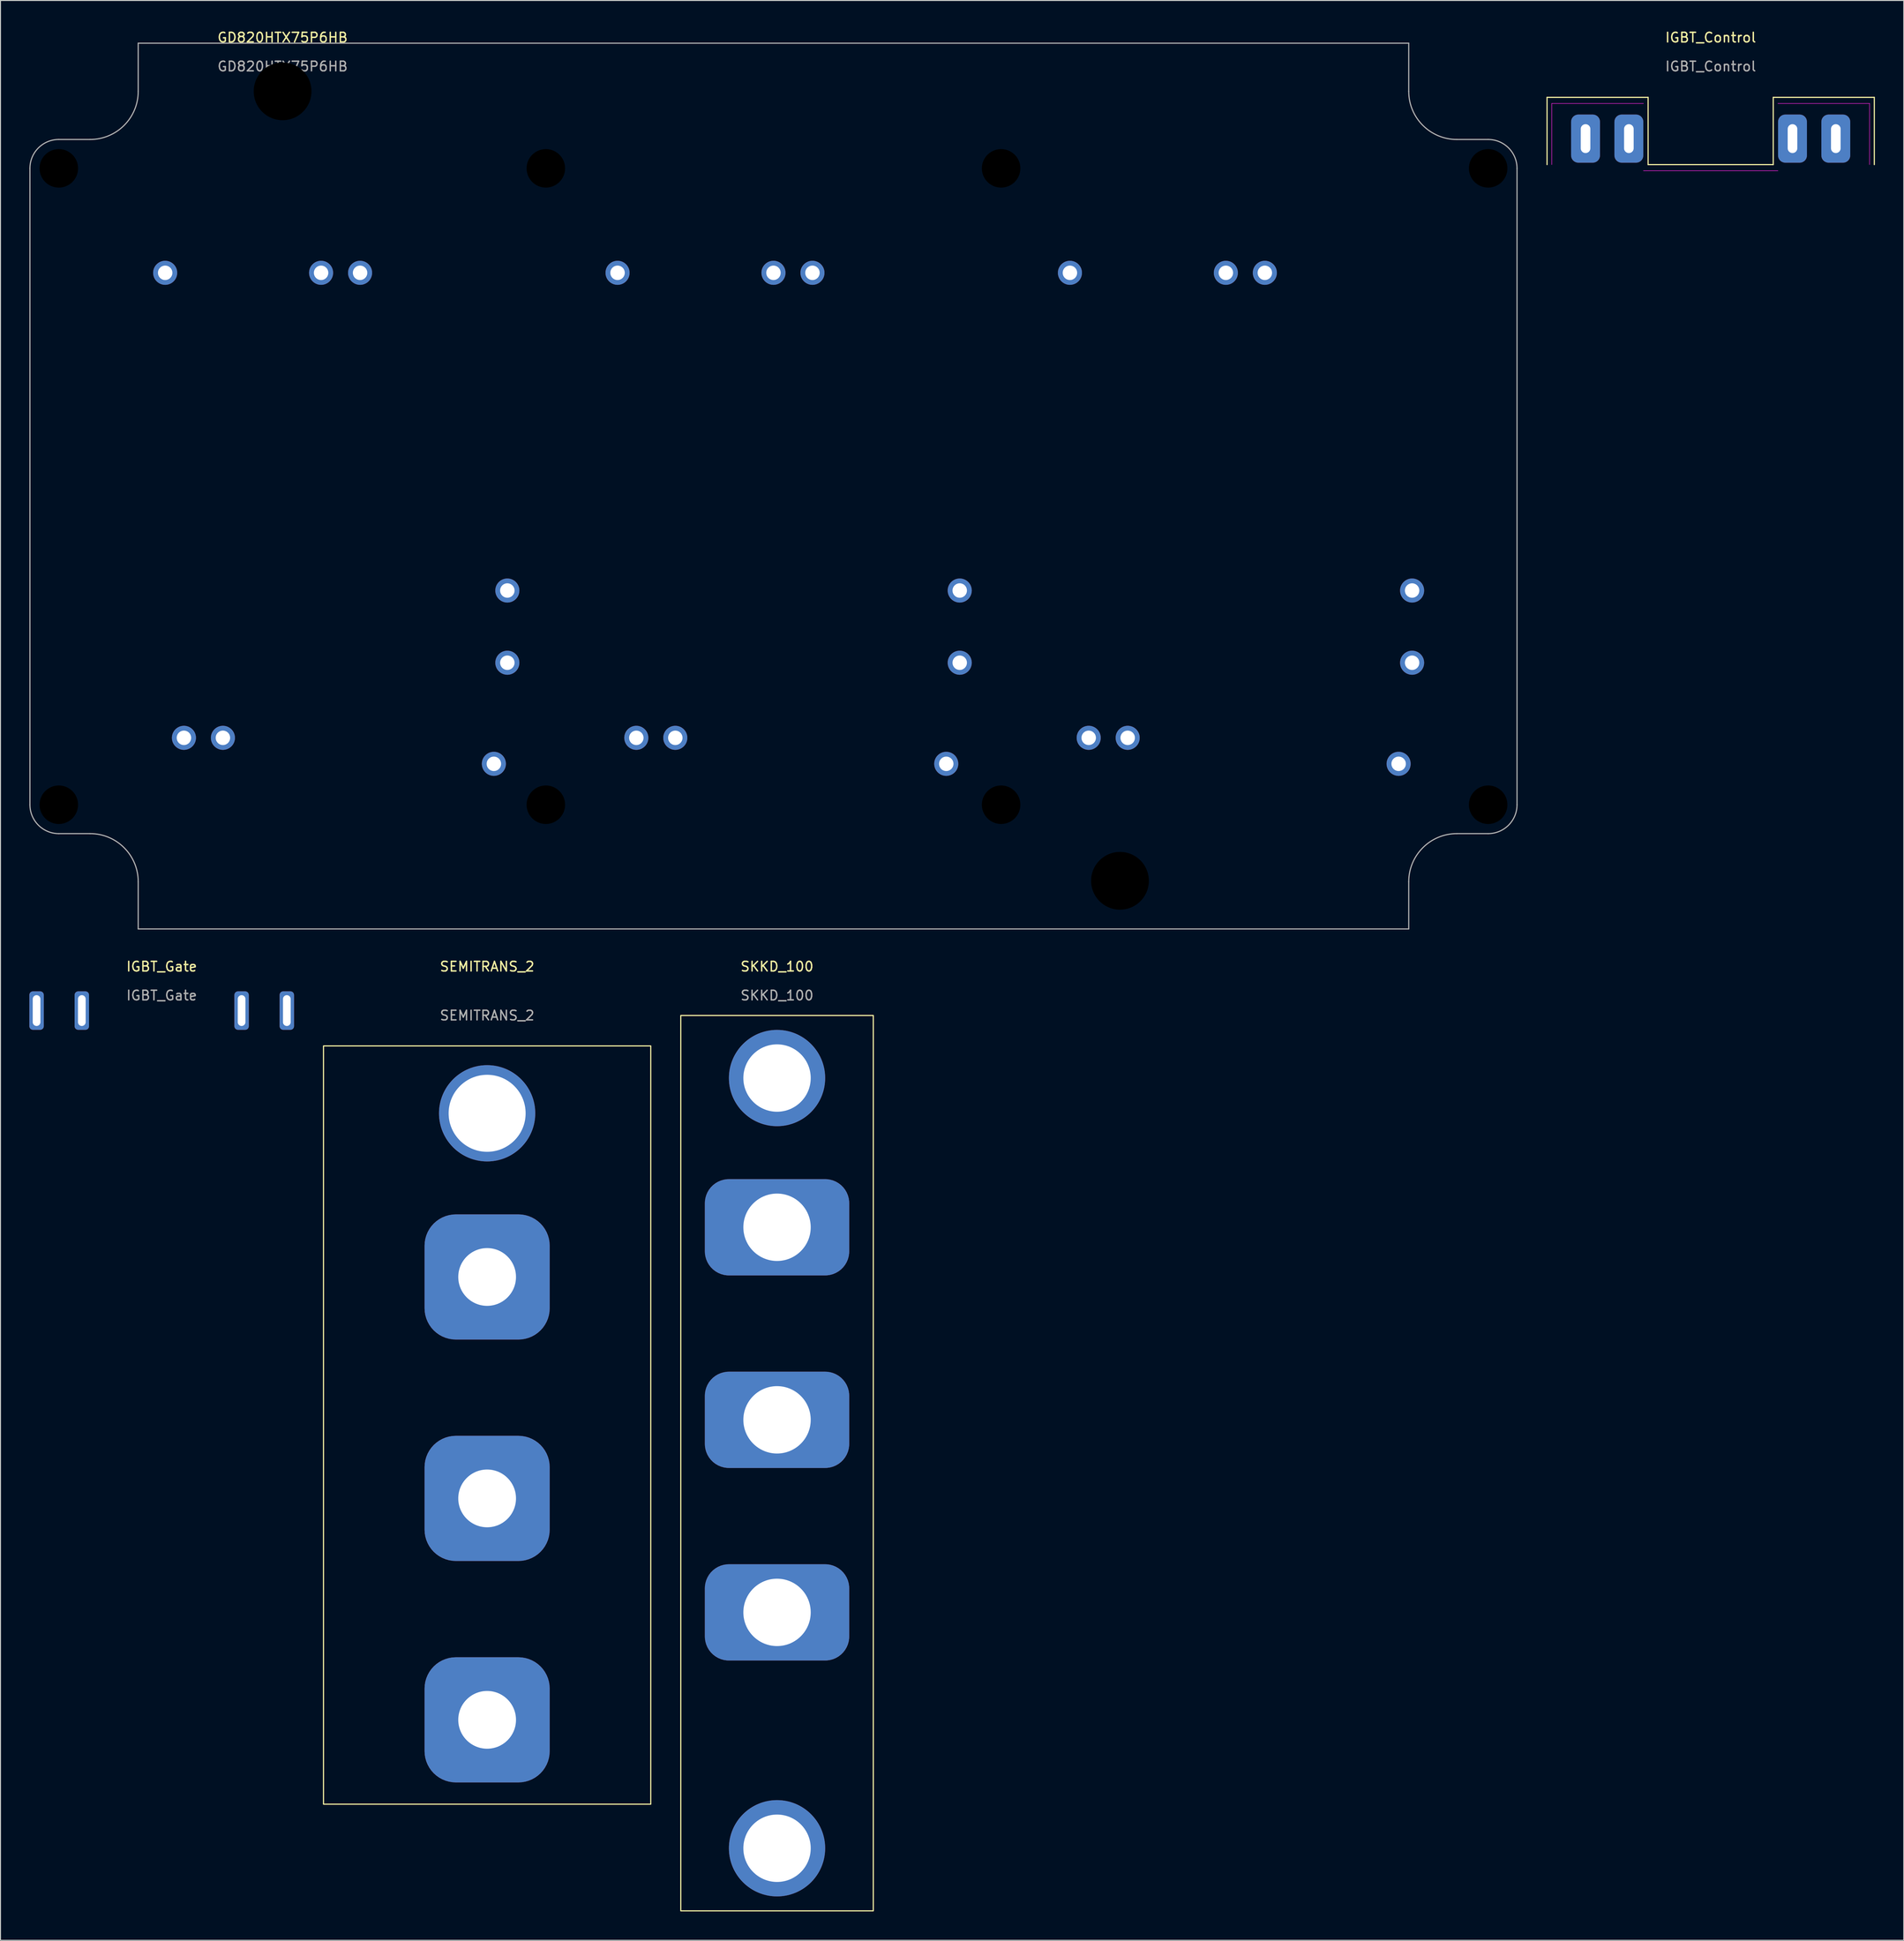
<source format=kicad_pcb>
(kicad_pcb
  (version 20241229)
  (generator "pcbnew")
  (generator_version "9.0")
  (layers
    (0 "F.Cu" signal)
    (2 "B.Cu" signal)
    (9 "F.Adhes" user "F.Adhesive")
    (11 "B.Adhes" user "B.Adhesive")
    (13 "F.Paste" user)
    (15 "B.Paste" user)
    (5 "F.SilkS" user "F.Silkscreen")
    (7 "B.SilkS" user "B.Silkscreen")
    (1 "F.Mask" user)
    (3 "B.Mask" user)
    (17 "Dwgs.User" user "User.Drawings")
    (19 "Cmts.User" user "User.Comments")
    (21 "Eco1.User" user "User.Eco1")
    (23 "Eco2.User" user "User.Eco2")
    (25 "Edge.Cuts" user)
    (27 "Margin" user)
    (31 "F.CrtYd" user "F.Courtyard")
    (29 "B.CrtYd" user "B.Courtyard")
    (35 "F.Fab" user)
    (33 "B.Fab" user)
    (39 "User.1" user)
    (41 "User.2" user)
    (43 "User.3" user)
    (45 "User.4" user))
  (footprint "IGBT_Gate"
    (layer "F.Cu")
    (at 13.75 101.916)
    (property "Reference" "IGBT_Gate" (at 0 -4.572 0) (unlocked yes) (layer "F.SilkS") (effects (font (size 1 1) (thickness 0.15))))
    (attr smd)
    (fp_text user "${REFERENCE}" (at 0 -1.572 0) (unlocked yes) (layer "F.Fab") (effects (font (size 1 1) (thickness 0.15))))
    (pad "1" thru_hole roundrect (at -13 0) (size 1.5 4) (drill oval 0.8 3.2) (layers "*.Cu" "*.Mask") (roundrect_rratio 0.25))
    (pad "2" thru_hole roundrect (at -8.3 0) (size 1.5 4) (drill oval 0.8 3.2) (layers "*.Cu" "*.Mask") (roundrect_rratio 0.25))
    (pad "3" thru_hole roundrect (at 8.3 0) (size 1.5 4) (drill oval 0.8 3.2) (layers "*.Cu" "*.Mask") (roundrect_rratio 0.25))
    (pad "4" thru_hole roundrect (at 13 0) (size 1.5 4) (drill oval 0.8 3.2) (layers "*.Cu" "*.Mask") (roundrect_rratio 0.25)))
  (footprint "IGBT_Control"
    (layer "F.Cu")
    (at 174.68 1.348)
    (property "Reference" "IGBT_Control" (at 0 -0.5 0) (unlocked yes) (layer "F.SilkS") (effects (font (size 1 1) (thickness 0.15))))
    (attr through_hole)
    (fp_line (start -17 5.715) (end -6.5 5.715) (stroke (width 0.12) (type solid)) (layer "F.SilkS"))
    (fp_line (start -17 12.7) (end -17 5.715) (stroke (width 0.12) (type solid)) (layer "F.SilkS"))
    (fp_line (start -6.5 12.7) (end -6.5 5.715) (stroke (width 0.12) (type solid)) (layer "F.SilkS"))
    (fp_line (start -6.5 12.7) (end 6.5 12.7) (stroke (width 0.12) (type solid)) (layer "F.SilkS"))
    (fp_line (start 6.5 5.715) (end 17 5.715) (stroke (width 0.12) (type solid)) (layer "F.SilkS"))
    (fp_line (start 6.5 12.7) (end 6.5 5.715) (stroke (width 0.12) (type solid)) (layer "F.SilkS"))
    (fp_line (start 17 12.7) (end 17 5.715) (stroke (width 0.12) (type solid)) (layer "F.SilkS"))
    (fp_line (start -16.51 6.35) (end -6.985 6.35) (stroke (width 0.05) (type solid)) (layer "F.CrtYd"))
    (fp_line (start -16.51 12.7) (end -16.51 6.35) (stroke (width 0.05) (type solid)) (layer "F.CrtYd"))
    (fp_line (start -6.985 13.335) (end 6.985 13.335) (stroke (width 0.05) (type solid)) (layer "F.CrtYd"))
    (fp_line (start 6.985 6.35) (end 16.51 6.35) (stroke (width 0.05) (type solid)) (layer "F.CrtYd"))
    (fp_line (start 16.51 6.35) (end 16.51 12.7) (stroke (width 0.05) (type solid)) (layer "F.CrtYd"))
    (fp_text user "${REFERENCE}" (at 0 2.5 0) (unlocked yes) (layer "F.Fab") (effects (font (size 1 1) (thickness 0.15))))
    (pad "4" thru_hole roundrect (at -13 10) (size 3 5) (drill oval 1 3) (layers "*.Cu" "*.Mask") (roundrect_rratio 0.25))
    (pad "5" thru_hole roundrect (at -8.5 10) (size 3 5) (drill oval 1 3) (layers "*.Cu" "*.Mask") (roundrect_rratio 0.25))
    (pad "6" thru_hole roundrect (at 13 10) (size 3 5) (drill oval 1 3) (layers "*.Cu" "*.Mask") (roundrect_rratio 0.25))
    (pad "7" thru_hole roundrect (at 8.5 10) (size 3 5) (drill oval 1 3) (layers "*.Cu" "*.Mask") (roundrect_rratio 0.25)))
  (footprint "GD820HTX75P6HB"
    (layer "F.Cu")
    (at 26.31 6.436)
    (property "Reference" "GD820HTX75P6HB" (at 0 -5.588 0) (unlocked yes) (layer "F.SilkS") (effects (font (size 1 1) (thickness 0.15))))
    (attr through_hole)
    (fp_line (start -26.25 8) (end -26.25 74.1) (stroke (width 0.12) (type solid)) (layer "F.Fab"))
    (fp_line (start -23.25 77.1) (end -20 77.1) (stroke (width 0.12) (type solid)) (layer "F.Fab"))
    (fp_line (start -23.25 5) (end -20 5) (stroke (width 0.12) (type solid)) (layer "F.Fab"))
    (fp_line (start -15 87) (end -15 82.1) (stroke (width 0.12) (type solid)) (layer "F.Fab"))
    (fp_line (start -15 87) (end 117 87) (stroke (width 0.12) (type solid)) (layer "F.Fab"))
    (fp_line (start -15 -5) (end 117 -5) (stroke (width 0.12) (type solid)) (layer "F.Fab"))
    (fp_line (start -15 0) (end -15 -5) (stroke (width 0.12) (type solid)) (layer "F.Fab"))
    (fp_line (start 117 -0.000001) (end 117 -5) (stroke (width 0.12) (type solid)) (layer "F.Fab"))
    (fp_line (start 117 82.1) (end 117 87) (stroke (width 0.12) (type solid)) (layer "F.Fab"))
    (fp_line (start 122 5) (end 125.25 5) (stroke (width 0.12) (type solid)) (layer "F.Fab"))
    (fp_line (start 125.25 77.1) (end 122 77.1) (stroke (width 0.12) (type solid)) (layer "F.Fab"))
    (fp_line (start 128.25 8) (end 128.25 74.1) (stroke (width 0.12) (type solid)) (layer "F.Fab"))
    (fp_arc (start -26.25 8) (mid -25.37132 5.87868) (end -23.25 5) (stroke (width 0.12) (type solid)) (layer "F.Fab"))
    (fp_arc (start -23.250001 77.100001) (mid -25.371321 76.221321) (end -26.250001 74.100001) (stroke (width 0.12) (type solid)) (layer "F.Fab"))
    (fp_arc (start -20.000004 77.100001) (mid -16.464471 78.564467) (end -15.000004 82.100001) (stroke (width 0.12) (type solid)) (layer "F.Fab"))
    (fp_arc (start -15.000003 0) (mid -16.464469 3.535533) (end -20.000003 5) (stroke (width 0.12) (type solid)) (layer "F.Fab"))
    (fp_arc (start 117.000004 82.100001) (mid 118.46447 78.564468) (end 122.000004 77.100001) (stroke (width 0.12) (type solid)) (layer "F.Fab"))
    (fp_arc (start 122.000004 4.999999) (mid 118.464471 3.535533) (end 117.000004 -0.000001) (stroke (width 0.12) (type solid)) (layer "F.Fab"))
    (fp_arc (start 125.250001 4.999999) (mid 127.371321 5.878679) (end 128.250001 7.999999) (stroke (width 0.12) (type solid)) (layer "F.Fab"))
    (fp_arc (start 128.250001 74.100001) (mid 127.371321 76.221321) (end 125.250001 77.100001) (stroke (width 0.12) (type solid)) (layer "F.Fab"))
    (fp_text user "${REFERENCE}" (at 0 -2.588 0) (unlocked yes) (layer "F.Fab") (effects (font (size 1 1) (thickness 0.15))))
    (pad "" np_thru_hole circle (at -23.25 8) (size 4 4) (drill 4) (layers "*.Mask"))
    (pad "" np_thru_hole circle (at -23.25 74.1) (size 4 4) (drill 4) (layers "*.Mask"))
    (pad "" np_thru_hole circle (at 0 0) (size 6 6) (drill 6) (layers "*.Mask"))
    (pad "" np_thru_hole circle (at 27.35 8) (size 4 4) (drill 4) (layers "*.Mask"))
    (pad "" np_thru_hole circle (at 27.35 74.1) (size 4 4) (drill 4) (layers "*.Mask"))
    (pad "" np_thru_hole circle (at 74.65 8) (size 4 4) (drill 4) (layers "*.Mask"))
    (pad "" np_thru_hole circle (at 74.65 74.1) (size 4 4) (drill 4) (layers "*.Mask"))
    (pad "" np_thru_hole circle (at 87 82) (size 6 6) (drill 6) (layers "*.Mask"))
    (pad "" np_thru_hole circle (at 125.25 8) (size 4 4) (drill 4) (layers "*.Mask"))
    (pad "" np_thru_hole circle (at 125.25 74.1) (size 4 4) (drill 4) (layers "*.Mask"))
    (pad "1" thru_hole circle (at 21.95 69.85) (size 2.5 2.5) (drill 1.5) (layers "*.Cu" "*.Mask"))
    (pad "2" thru_hole circle (at -12.2 18.85) (size 2.5 2.5) (drill 1.5) (layers "*.Cu" "*.Mask"))
    (pad "3" thru_hole circle (at -6.2 67.15) (size 2.5 2.5) (drill 1.5) (layers "*.Cu" "*.Mask"))
    (pad "4" thru_hole circle (at 4 18.85) (size 2.5 2.5) (drill 1.5) (layers "*.Cu" "*.Mask"))
    (pad "5" thru_hole circle (at -10.25 67.15) (size 2.5 2.5) (drill 1.5) (layers "*.Cu" "*.Mask"))
    (pad "6" thru_hole circle (at 8.05 18.85) (size 2.5 2.5) (drill 1.5) (layers "*.Cu" "*.Mask"))
    (pad "7" thru_hole circle (at 23.35 51.85) (size 2.5 2.5) (drill 1.5) (layers "*.Cu" "*.Mask"))
    (pad "8" thru_hole circle (at 23.35 59.35) (size 2.5 2.5) (drill 1.5) (layers "*.Cu" "*.Mask"))
    (pad "9" thru_hole circle (at 68.95 69.85) (size 2.5 2.5) (drill 1.5) (layers "*.Cu" "*.Mask"))
    (pad "10" thru_hole circle (at 34.8 18.85) (size 2.5 2.5) (drill 1.5) (layers "*.Cu" "*.Mask"))
    (pad "11" thru_hole circle (at 40.8 67.15) (size 2.5 2.5) (drill 1.5) (layers "*.Cu" "*.Mask"))
    (pad "12" thru_hole circle (at 51 18.85) (size 2.5 2.5) (drill 1.5) (layers "*.Cu" "*.Mask"))
    (pad "13" thru_hole circle (at 36.75 67.15) (size 2.5 2.5) (drill 1.5) (layers "*.Cu" "*.Mask"))
    (pad "14" thru_hole circle (at 55.05 18.85) (size 2.5 2.5) (drill 1.5) (layers "*.Cu" "*.Mask"))
    (pad "15" thru_hole circle (at 70.35 51.85) (size 2.5 2.5) (drill 1.5) (layers "*.Cu" "*.Mask"))
    (pad "16" thru_hole circle (at 70.35 59.35) (size 2.5 2.5) (drill 1.5) (layers "*.Cu" "*.Mask"))
    (pad "17" thru_hole circle (at 115.95 69.85) (size 2.5 2.5) (drill 1.5) (layers "*.Cu" "*.Mask"))
    (pad "18" thru_hole circle (at 81.8 18.85) (size 2.5 2.5) (drill 1.5) (layers "*.Cu" "*.Mask"))
    (pad "19" thru_hole circle (at 87.8 67.15) (size 2.5 2.5) (drill 1.5) (layers "*.Cu" "*.Mask"))
    (pad "20" thru_hole circle (at 98 18.85) (size 2.5 2.5) (drill 1.5) (layers "*.Cu" "*.Mask"))
    (pad "21" thru_hole circle (at 83.75 67.15) (size 2.5 2.5) (drill 1.5) (layers "*.Cu" "*.Mask"))
    (pad "22" thru_hole circle (at 102.05 18.85) (size 2.5 2.5) (drill 1.5) (layers "*.Cu" "*.Mask"))
    (pad "23" thru_hole circle (at 117.35 51.85) (size 2.5 2.5) (drill 1.5) (layers "*.Cu" "*.Mask"))
    (pad "24" thru_hole circle (at 117.35 59.35) (size 2.5 2.5) (drill 1.5) (layers "*.Cu" "*.Mask")))
  (footprint "SKKD_100"
    (layer "F.Cu")
    (at 77.68 102.424)
    (property "Reference" "SKKD_100" (at 0 -5.08 0) (unlocked yes) (layer "F.SilkS") (effects (font (size 1 1) (thickness 0.15))))
    (attr smd)
    (fp_rect (start -10 0) (end 10 93) (stroke (width 0.12) (type solid)) (fill no) (layer "F.SilkS"))
    (fp_text user "${REFERENCE}" (at 0 -2.08 0) (unlocked yes) (layer "F.Fab") (effects (font (size 1 1) (thickness 0.15))))
    (pad "" np_thru_hole circle (at 0 6.5) (size 10 10) (drill 7) (layers "*.Cu" "*.Mask"))
    (pad "" np_thru_hole circle (at 0 86.5) (size 10 10) (drill 7) (layers "*.Cu" "*.Mask"))
    (pad "1" thru_hole roundrect (at 0 22) (size 15 10) (drill 7) (layers "*.Cu" "*.Mask") (roundrect_rratio 0.25))
    (pad "2" thru_hole roundrect (at 0 42) (size 15 10) (drill 7) (layers "*.Cu" "*.Mask") (roundrect_rratio 0.25))
    (pad "3" thru_hole roundrect (at 0 62) (size 15 10) (drill 7) (layers "*.Cu" "*.Mask") (roundrect_rratio 0.25)))
  (footprint "SEMITRANS_2"
    (layer "F.Cu")
    (at 47.56 112.585)
    (property "Reference" "SEMITRANS_2" (at 0 -15.24 0) (unlocked yes) (layer "F.SilkS") (effects (font (size 1 1) (thickness 0.15))))
    (attr smd)
    (fp_rect (start -17 -7) (end 17 71.76) (stroke (width 0.12) (type solid)) (fill no) (layer "F.SilkS"))
    (fp_text user "${REFERENCE}" (at 0 -10.16 0) (unlocked yes) (layer "F.Fab") (effects (font (size 1 1) (thickness 0.15))))
    (pad "" np_thru_hole circle (at 0 0) (size 10 10) (drill 8) (layers "*.Cu" "*.Mask"))
    (pad "1" thru_hole roundrect (at 0 17) (size 13 13) (drill 6) (layers "*.Cu" "*.Mask") (roundrect_rratio 0.25))
    (pad "2" thru_hole roundrect (at 0 40) (size 13 13) (drill 6) (layers "*.Cu" "*.Mask") (roundrect_rratio 0.25))
    (pad "3" thru_hole roundrect (at 0 63) (size 13 13) (drill 6) (layers "*.Cu" "*.Mask") (roundrect_rratio 0.25)))
  (gr_rect
    (start -3 -3)
    (end 194.74 198.484)
    (stroke (width 0.1) (type default))
    (fill no)
    (layer "Edge.Cuts")))
</source>
